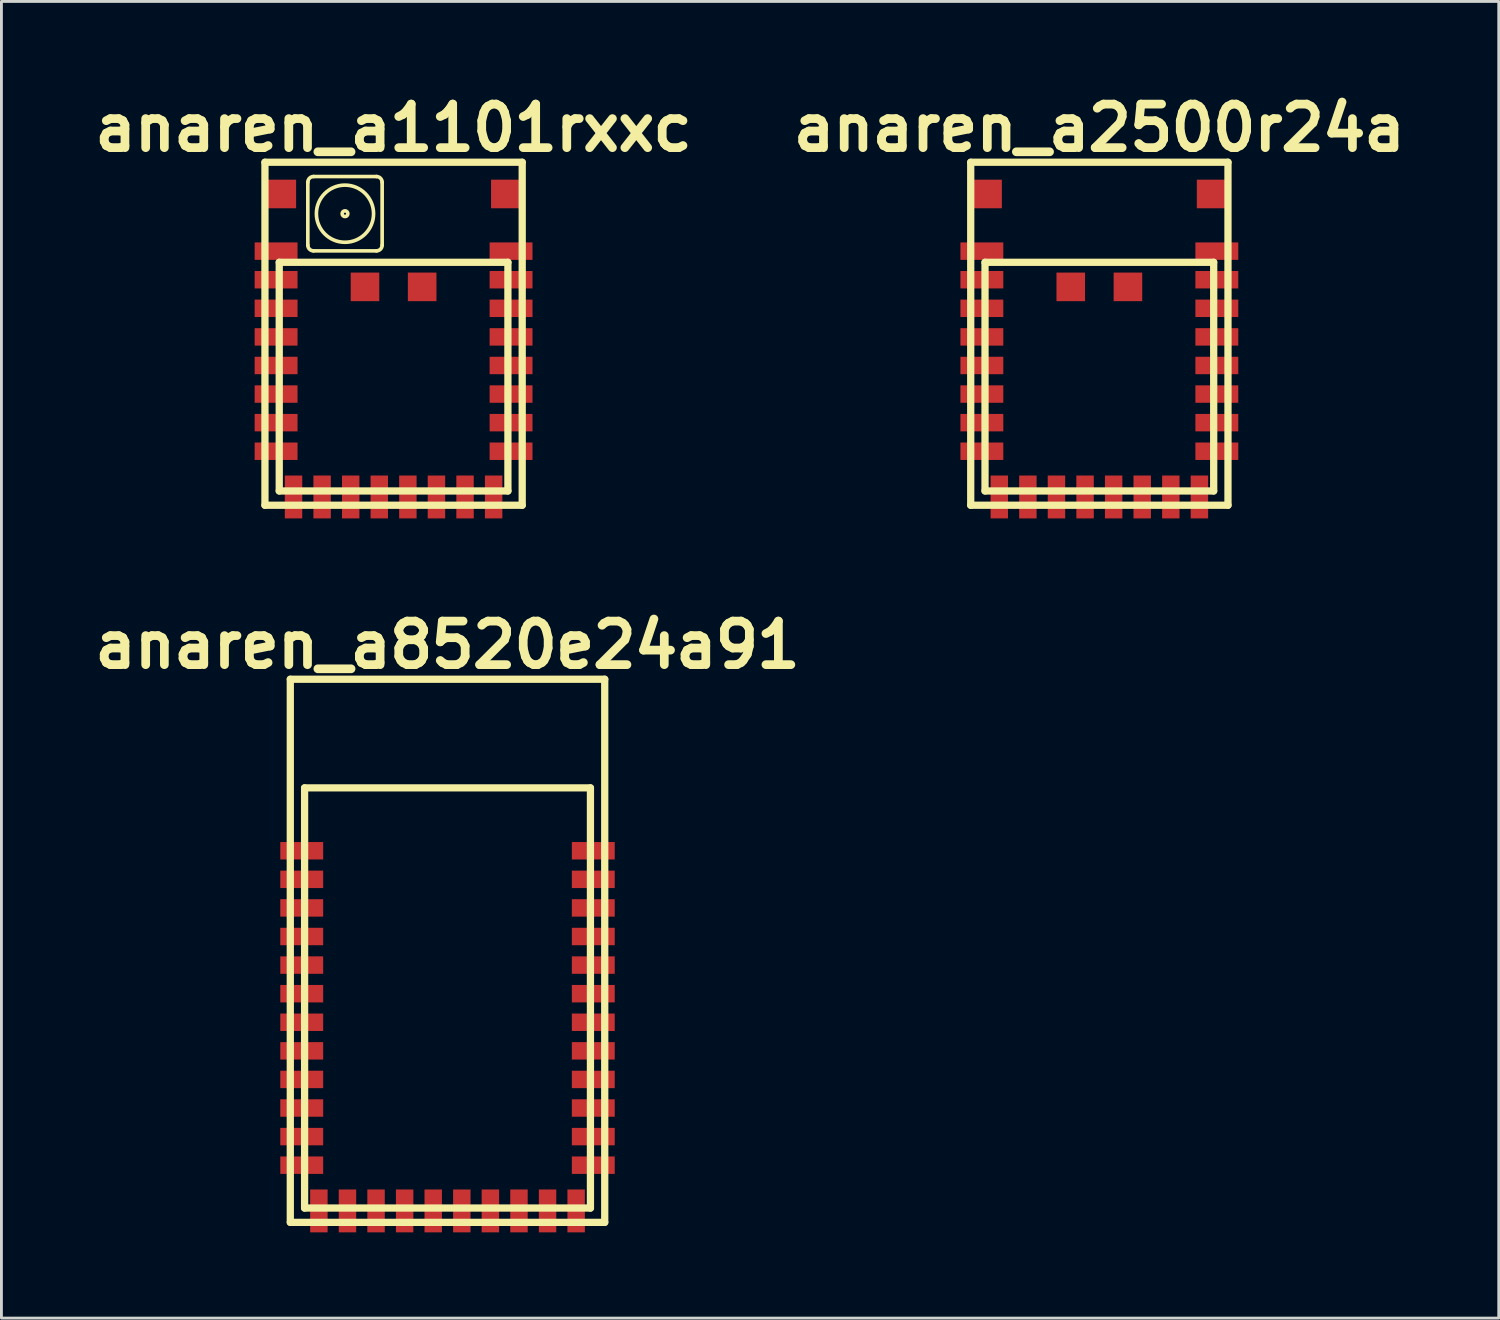
<source format=kicad_pcb>
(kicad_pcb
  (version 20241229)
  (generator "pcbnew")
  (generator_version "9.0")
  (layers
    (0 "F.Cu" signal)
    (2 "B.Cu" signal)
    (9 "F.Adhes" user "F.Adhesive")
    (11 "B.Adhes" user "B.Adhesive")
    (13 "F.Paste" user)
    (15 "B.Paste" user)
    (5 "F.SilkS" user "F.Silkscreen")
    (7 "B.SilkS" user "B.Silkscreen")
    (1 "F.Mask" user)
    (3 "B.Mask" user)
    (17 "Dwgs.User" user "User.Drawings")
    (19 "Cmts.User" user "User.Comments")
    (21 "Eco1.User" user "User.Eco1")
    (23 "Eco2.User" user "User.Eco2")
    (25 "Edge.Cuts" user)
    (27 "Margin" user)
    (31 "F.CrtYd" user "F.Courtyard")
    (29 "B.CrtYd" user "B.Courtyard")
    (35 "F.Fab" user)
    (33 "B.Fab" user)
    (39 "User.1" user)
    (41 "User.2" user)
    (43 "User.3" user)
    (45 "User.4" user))
  (footprint "anaren_a1101rxxc"
    (layer "F.Cu")
    (at 10.719 8.626)
    (property "Reference" "anaren_a1101rxxc" (at 0 -7.2 0) (layer "F.SilkS") (effects (font (size 1.524 1.524) (thickness 0.305))))
    (attr through_hole)
    (fp_line (start -4.5 -6) (end -4.5 6) (stroke (width 0.254) (type solid)) (layer "F.SilkS"))
    (fp_line (start -4.5 -6) (end 4.5 -6) (stroke (width 0.254) (type solid)) (layer "F.SilkS"))
    (fp_line (start -4.5 6) (end 4.5 6) (stroke (width 0.254) (type solid)) (layer "F.SilkS"))
    (fp_line (start -4 -2.5) (end -4 5.5) (stroke (width 0.254) (type solid)) (layer "F.SilkS"))
    (fp_line (start -4 -2.5) (end 4 -2.5) (stroke (width 0.254) (type solid)) (layer "F.SilkS"))
    (fp_line (start -4 5.5) (end 4 5.5) (stroke (width 0.254) (type solid)) (layer "F.SilkS"))
    (fp_line (start -3 -3.1) (end -3 -5.3) (stroke (width 0.127) (type solid)) (layer "F.SilkS"))
    (fp_line (start -2.8 -5.5) (end -0.6 -5.5) (stroke (width 0.127) (type solid)) (layer "F.SilkS"))
    (fp_line (start -0.6 -2.9) (end -2.8 -2.9) (stroke (width 0.127) (type solid)) (layer "F.SilkS"))
    (fp_line (start -0.4 -5.3) (end -0.4 -3.1) (stroke (width 0.127) (type solid)) (layer "F.SilkS"))
    (fp_line (start 4 -2.5) (end 4 5.5) (stroke (width 0.254) (type solid)) (layer "F.SilkS"))
    (fp_line (start 4.5 -6) (end 4.5 6) (stroke (width 0.254) (type solid)) (layer "F.SilkS"))
    (fp_arc (start -3 -5.3) (mid -2.941421 -5.441421) (end -2.8 -5.5) (stroke (width 0.127) (type solid)) (layer "F.SilkS"))
    (fp_arc (start -2.8 -2.9) (mid -2.941421 -2.958579) (end -3 -3.1) (stroke (width 0.127) (type solid)) (layer "F.SilkS"))
    (fp_arc (start -0.6 -5.5) (mid -0.458579 -5.441421) (end -0.4 -5.3) (stroke (width 0.127) (type solid)) (layer "F.SilkS"))
    (fp_arc (start -0.4 -3.1) (mid -0.458579 -2.958579) (end -0.6 -2.9) (stroke (width 0.127) (type solid)) (layer "F.SilkS"))
    (fp_circle (center -1.7 -4.2) (end -2.7 -4.2) (stroke (width 0.127) (type solid)) (fill no) (layer "F.SilkS"))
    (fp_circle (center -1.7 -4.2) (end -1.8 -4.2) (stroke (width 0.127) (type solid)) (fill no) (layer "F.SilkS"))
    (pad "" smd rect (at -3.91 -4.89) (size 1 1) (layers "F.Cu" "F.Mask" "F.Paste"))
    (pad "" smd rect (at -1 -1.64) (size 1 1) (layers "F.Cu" "F.Mask" "F.Paste"))
    (pad "" smd rect (at 1 -1.64) (size 1 1) (layers "F.Cu" "F.Mask" "F.Paste"))
    (pad "" smd rect (at 3.91 -4.89) (size 1 1) (layers "F.Cu" "F.Mask" "F.Paste"))
    (pad "1" smd rect (at -4.11 -2.89) (size 1.5 0.61) (layers "F.Cu" "F.Mask" "F.Paste"))
    (pad "2" smd rect (at -4.11 -1.89) (size 1.5 0.61) (layers "F.Cu" "F.Mask" "F.Paste"))
    (pad "3" smd rect (at -4.11 -0.89) (size 1.5 0.61) (layers "F.Cu" "F.Mask" "F.Paste"))
    (pad "4" smd rect (at -4.11 0.11) (size 1.5 0.61) (layers "F.Cu" "F.Mask" "F.Paste"))
    (pad "5" smd rect (at -4.11 1.11) (size 1.5 0.61) (layers "F.Cu" "F.Mask" "F.Paste"))
    (pad "6" smd rect (at -4.11 2.11) (size 1.5 0.61) (layers "F.Cu" "F.Mask" "F.Paste"))
    (pad "7" smd rect (at -4.11 3.11) (size 1.5 0.61) (layers "F.Cu" "F.Mask" "F.Paste"))
    (pad "8" smd rect (at -4.11 4.11) (size 1.5 0.61) (layers "F.Cu" "F.Mask" "F.Paste"))
    (pad "9" smd rect (at -3.5 5.71) (size 0.61 1.5) (layers "F.Cu" "F.Mask" "F.Paste"))
    (pad "10" smd rect (at -2.5 5.71) (size 0.61 1.5) (layers "F.Cu" "F.Mask" "F.Paste"))
    (pad "11" smd rect (at -1.5 5.71) (size 0.61 1.5) (layers "F.Cu" "F.Mask" "F.Paste"))
    (pad "12" smd rect (at -0.5 5.71) (size 0.61 1.5) (layers "F.Cu" "F.Mask" "F.Paste"))
    (pad "13" smd rect (at 0.5 5.71) (size 0.61 1.5) (layers "F.Cu" "F.Mask" "F.Paste"))
    (pad "14" smd rect (at 1.5 5.71) (size 0.61 1.5) (layers "F.Cu" "F.Mask" "F.Paste"))
    (pad "15" smd rect (at 2.5 5.71) (size 0.61 1.5) (layers "F.Cu" "F.Mask" "F.Paste"))
    (pad "16" smd rect (at 3.5 5.71) (size 0.61 1.5) (layers "F.Cu" "F.Mask" "F.Paste"))
    (pad "17" smd rect (at 4.11 4.11) (size 1.5 0.61) (layers "F.Cu" "F.Mask" "F.Paste"))
    (pad "18" smd rect (at 4.11 3.11) (size 1.5 0.61) (layers "F.Cu" "F.Mask" "F.Paste"))
    (pad "19" smd rect (at 4.11 2.11) (size 1.5 0.61) (layers "F.Cu" "F.Mask" "F.Paste"))
    (pad "20" smd rect (at 4.11 1.11) (size 1.5 0.61) (layers "F.Cu" "F.Mask" "F.Paste"))
    (pad "21" smd rect (at 4.11 0.11) (size 1.5 0.61) (layers "F.Cu" "F.Mask" "F.Paste"))
    (pad "22" smd rect (at 4.11 -0.89) (size 1.5 0.61) (layers "F.Cu" "F.Mask" "F.Paste"))
    (pad "23" smd rect (at 4.11 -1.89) (size 1.5 0.61) (layers "F.Cu" "F.Mask" "F.Paste"))
    (pad "24" smd rect (at 4.11 -2.89) (size 1.5 0.61) (layers "F.Cu" "F.Mask" "F.Paste")))
  (footprint "anaren_a8520e24a91"
    (layer "F.Cu")
    (at 12.606 30.213)
    (property "Reference" "anaren_a8520e24a91" (at 0 -10.7 0) (layer "F.SilkS") (effects (font (size 1.524 1.524) (thickness 0.305))))
    (attr through_hole)
    (fp_line (start -5.5 -9.5) (end -5.5 9.5) (stroke (width 0.254) (type solid)) (layer "F.SilkS"))
    (fp_line (start -5.5 -9.5) (end 5.5 -9.5) (stroke (width 0.254) (type solid)) (layer "F.SilkS"))
    (fp_line (start -5.5 9.5) (end 5.5 9.5) (stroke (width 0.254) (type solid)) (layer "F.SilkS"))
    (fp_line (start -5 -5.7) (end -5 9) (stroke (width 0.254) (type solid)) (layer "F.SilkS"))
    (fp_line (start -5 -5.7) (end 5 -5.7) (stroke (width 0.254) (type solid)) (layer "F.SilkS"))
    (fp_line (start -5 9) (end 5 9) (stroke (width 0.254) (type solid)) (layer "F.SilkS"))
    (fp_line (start 5 -5.7) (end 5 9) (stroke (width 0.254) (type solid)) (layer "F.SilkS"))
    (fp_line (start 5.5 -9.5) (end 5.5 9.5) (stroke (width 0.254) (type solid)) (layer "F.SilkS"))
    (pad "1" smd rect (at -5.1 -3.5) (size 1.5 0.61) (layers "F.Cu" "F.Mask" "F.Paste"))
    (pad "2" smd rect (at -5.1 -2.5) (size 1.5 0.61) (layers "F.Cu" "F.Mask" "F.Paste"))
    (pad "3" smd rect (at -5.1 -1.5) (size 1.5 0.61) (layers "F.Cu" "F.Mask" "F.Paste"))
    (pad "4" smd rect (at -5.1 -0.5) (size 1.5 0.61) (layers "F.Cu" "F.Mask" "F.Paste"))
    (pad "5" smd rect (at -5.1 0.5) (size 1.5 0.61) (layers "F.Cu" "F.Mask" "F.Paste"))
    (pad "6" smd rect (at -5.1 1.5) (size 1.5 0.61) (layers "F.Cu" "F.Mask" "F.Paste"))
    (pad "7" smd rect (at -5.1 2.5) (size 1.5 0.61) (layers "F.Cu" "F.Mask" "F.Paste"))
    (pad "8" smd rect (at -5.1 3.5) (size 1.5 0.61) (layers "F.Cu" "F.Mask" "F.Paste"))
    (pad "9" smd rect (at -5.1 4.5) (size 1.5 0.61) (layers "F.Cu" "F.Mask" "F.Paste"))
    (pad "10" smd rect (at -5.1 5.5) (size 1.5 0.61) (layers "F.Cu" "F.Mask" "F.Paste"))
    (pad "11" smd rect (at -5.1 6.5) (size 1.5 0.61) (layers "F.Cu" "F.Mask" "F.Paste"))
    (pad "12" smd rect (at -5.1 7.5) (size 1.5 0.61) (layers "F.Cu" "F.Mask" "F.Paste"))
    (pad "13" smd rect (at -4.5 9.1) (size 0.61 1.5) (layers "F.Cu" "F.Mask" "F.Paste"))
    (pad "14" smd rect (at -3.5 9.1) (size 0.61 1.5) (layers "F.Cu" "F.Mask" "F.Paste"))
    (pad "15" smd rect (at -2.5 9.1) (size 0.61 1.5) (layers "F.Cu" "F.Mask" "F.Paste"))
    (pad "16" smd rect (at -1.5 9.1) (size 0.61 1.5) (layers "F.Cu" "F.Mask" "F.Paste"))
    (pad "17" smd rect (at -0.5 9.1) (size 0.61 1.5) (layers "F.Cu" "F.Mask" "F.Paste"))
    (pad "18" smd rect (at 0.5 9.1) (size 0.61 1.5) (layers "F.Cu" "F.Mask" "F.Paste"))
    (pad "19" smd rect (at 1.5 9.1) (size 0.61 1.5) (layers "F.Cu" "F.Mask" "F.Paste"))
    (pad "20" smd rect (at 2.5 9.1) (size 0.61 1.5) (layers "F.Cu" "F.Mask" "F.Paste"))
    (pad "21" smd rect (at 3.5 9.1) (size 0.61 1.5) (layers "F.Cu" "F.Mask" "F.Paste"))
    (pad "22" smd rect (at 4.5 9.1) (size 0.61 1.5) (layers "F.Cu" "F.Mask" "F.Paste"))
    (pad "23" smd rect (at 5.1 7.5) (size 1.5 0.61) (layers "F.Cu" "F.Mask" "F.Paste"))
    (pad "24" smd rect (at 5.1 6.5) (size 1.5 0.61) (layers "F.Cu" "F.Mask" "F.Paste"))
    (pad "25" smd rect (at 5.1 5.5) (size 1.5 0.61) (layers "F.Cu" "F.Mask" "F.Paste"))
    (pad "26" smd rect (at 5.1 4.5) (size 1.5 0.61) (layers "F.Cu" "F.Mask" "F.Paste"))
    (pad "27" smd rect (at 5.1 3.5) (size 1.5 0.61) (layers "F.Cu" "F.Mask" "F.Paste"))
    (pad "28" smd rect (at 5.1 2.5) (size 1.5 0.61) (layers "F.Cu" "F.Mask" "F.Paste"))
    (pad "29" smd rect (at 5.1 1.5) (size 1.5 0.61) (layers "F.Cu" "F.Mask" "F.Paste"))
    (pad "30" smd rect (at 5.1 0.5) (size 1.5 0.61) (layers "F.Cu" "F.Mask" "F.Paste"))
    (pad "31" smd rect (at 5.1 -0.5) (size 1.5 0.61) (layers "F.Cu" "F.Mask" "F.Paste"))
    (pad "32" smd rect (at 5.1 -1.5) (size 1.5 0.61) (layers "F.Cu" "F.Mask" "F.Paste"))
    (pad "33" smd rect (at 5.1 -2.5) (size 1.5 0.61) (layers "F.Cu" "F.Mask" "F.Paste"))
    (pad "34" smd rect (at 5.1 -3.5) (size 1.5 0.61) (layers "F.Cu" "F.Mask" "F.Paste")))
  (footprint "anaren_a2500r24a"
    (layer "F.Cu")
    (at 35.41 8.626)
    (property "Reference" "anaren_a2500r24a" (at 0 -7.2 0) (layer "F.SilkS") (effects (font (size 1.524 1.524) (thickness 0.305))))
    (attr through_hole)
    (fp_line (start -4.5 -6) (end -4.5 6) (stroke (width 0.254) (type solid)) (layer "F.SilkS"))
    (fp_line (start -4.5 -6) (end 4.5 -6) (stroke (width 0.254) (type solid)) (layer "F.SilkS"))
    (fp_line (start -4.5 6) (end 4.5 6) (stroke (width 0.254) (type solid)) (layer "F.SilkS"))
    (fp_line (start -4 -2.5) (end -4 5.5) (stroke (width 0.254) (type solid)) (layer "F.SilkS"))
    (fp_line (start -4 -2.5) (end 4 -2.5) (stroke (width 0.254) (type solid)) (layer "F.SilkS"))
    (fp_line (start -4 5.5) (end 4 5.5) (stroke (width 0.254) (type solid)) (layer "F.SilkS"))
    (fp_line (start 4 -2.5) (end 4 5.5) (stroke (width 0.254) (type solid)) (layer "F.SilkS"))
    (fp_line (start 4.5 -6) (end 4.5 6) (stroke (width 0.254) (type solid)) (layer "F.SilkS"))
    (pad "" smd rect (at -3.91 -4.89) (size 1 1) (layers "F.Cu" "F.Mask" "F.Paste"))
    (pad "" smd rect (at -1 -1.64) (size 1 1) (layers "F.Cu" "F.Mask" "F.Paste"))
    (pad "" smd rect (at 1 -1.64) (size 1 1) (layers "F.Cu" "F.Mask" "F.Paste"))
    (pad "" smd rect (at 3.91 -4.89) (size 1 1) (layers "F.Cu" "F.Mask" "F.Paste"))
    (pad "1" smd rect (at -4.11 -2.89) (size 1.5 0.61) (layers "F.Cu" "F.Mask" "F.Paste"))
    (pad "2" smd rect (at -4.11 -1.89) (size 1.5 0.61) (layers "F.Cu" "F.Mask" "F.Paste"))
    (pad "3" smd rect (at -4.11 -0.89) (size 1.5 0.61) (layers "F.Cu" "F.Mask" "F.Paste"))
    (pad "4" smd rect (at -4.11 0.11) (size 1.5 0.61) (layers "F.Cu" "F.Mask" "F.Paste"))
    (pad "5" smd rect (at -4.11 1.11) (size 1.5 0.61) (layers "F.Cu" "F.Mask" "F.Paste"))
    (pad "6" smd rect (at -4.11 2.11) (size 1.5 0.61) (layers "F.Cu" "F.Mask" "F.Paste"))
    (pad "7" smd rect (at -4.11 3.11) (size 1.5 0.61) (layers "F.Cu" "F.Mask" "F.Paste"))
    (pad "8" smd rect (at -4.11 4.11) (size 1.5 0.61) (layers "F.Cu" "F.Mask" "F.Paste"))
    (pad "9" smd rect (at -3.5 5.71) (size 0.61 1.5) (layers "F.Cu" "F.Mask" "F.Paste"))
    (pad "10" smd rect (at -2.5 5.71) (size 0.61 1.5) (layers "F.Cu" "F.Mask" "F.Paste"))
    (pad "11" smd rect (at -1.5 5.71) (size 0.61 1.5) (layers "F.Cu" "F.Mask" "F.Paste"))
    (pad "12" smd rect (at -0.5 5.71) (size 0.61 1.5) (layers "F.Cu" "F.Mask" "F.Paste"))
    (pad "13" smd rect (at 0.5 5.71) (size 0.61 1.5) (layers "F.Cu" "F.Mask" "F.Paste"))
    (pad "14" smd rect (at 1.5 5.71) (size 0.61 1.5) (layers "F.Cu" "F.Mask" "F.Paste"))
    (pad "15" smd rect (at 2.5 5.71) (size 0.61 1.5) (layers "F.Cu" "F.Mask" "F.Paste"))
    (pad "16" smd rect (at 3.5 5.71) (size 0.61 1.5) (layers "F.Cu" "F.Mask" "F.Paste"))
    (pad "17" smd rect (at 4.11 4.11) (size 1.5 0.61) (layers "F.Cu" "F.Mask" "F.Paste"))
    (pad "18" smd rect (at 4.11 3.11) (size 1.5 0.61) (layers "F.Cu" "F.Mask" "F.Paste"))
    (pad "19" smd rect (at 4.11 2.11) (size 1.5 0.61) (layers "F.Cu" "F.Mask" "F.Paste"))
    (pad "20" smd rect (at 4.11 1.11) (size 1.5 0.61) (layers "F.Cu" "F.Mask" "F.Paste"))
    (pad "21" smd rect (at 4.11 0.11) (size 1.5 0.61) (layers "F.Cu" "F.Mask" "F.Paste"))
    (pad "22" smd rect (at 4.11 -0.89) (size 1.5 0.61) (layers "F.Cu" "F.Mask" "F.Paste"))
    (pad "23" smd rect (at 4.11 -1.89) (size 1.5 0.61) (layers "F.Cu" "F.Mask" "F.Paste"))
    (pad "24" smd rect (at 4.11 -2.89) (size 1.5 0.61) (layers "F.Cu" "F.Mask" "F.Paste")))
  (gr_rect
    (start -3 -3)
    (end 49.383 43.063)
    (stroke (width 0.1) (type default))
    (fill no)
    (layer "Edge.Cuts")))
</source>
